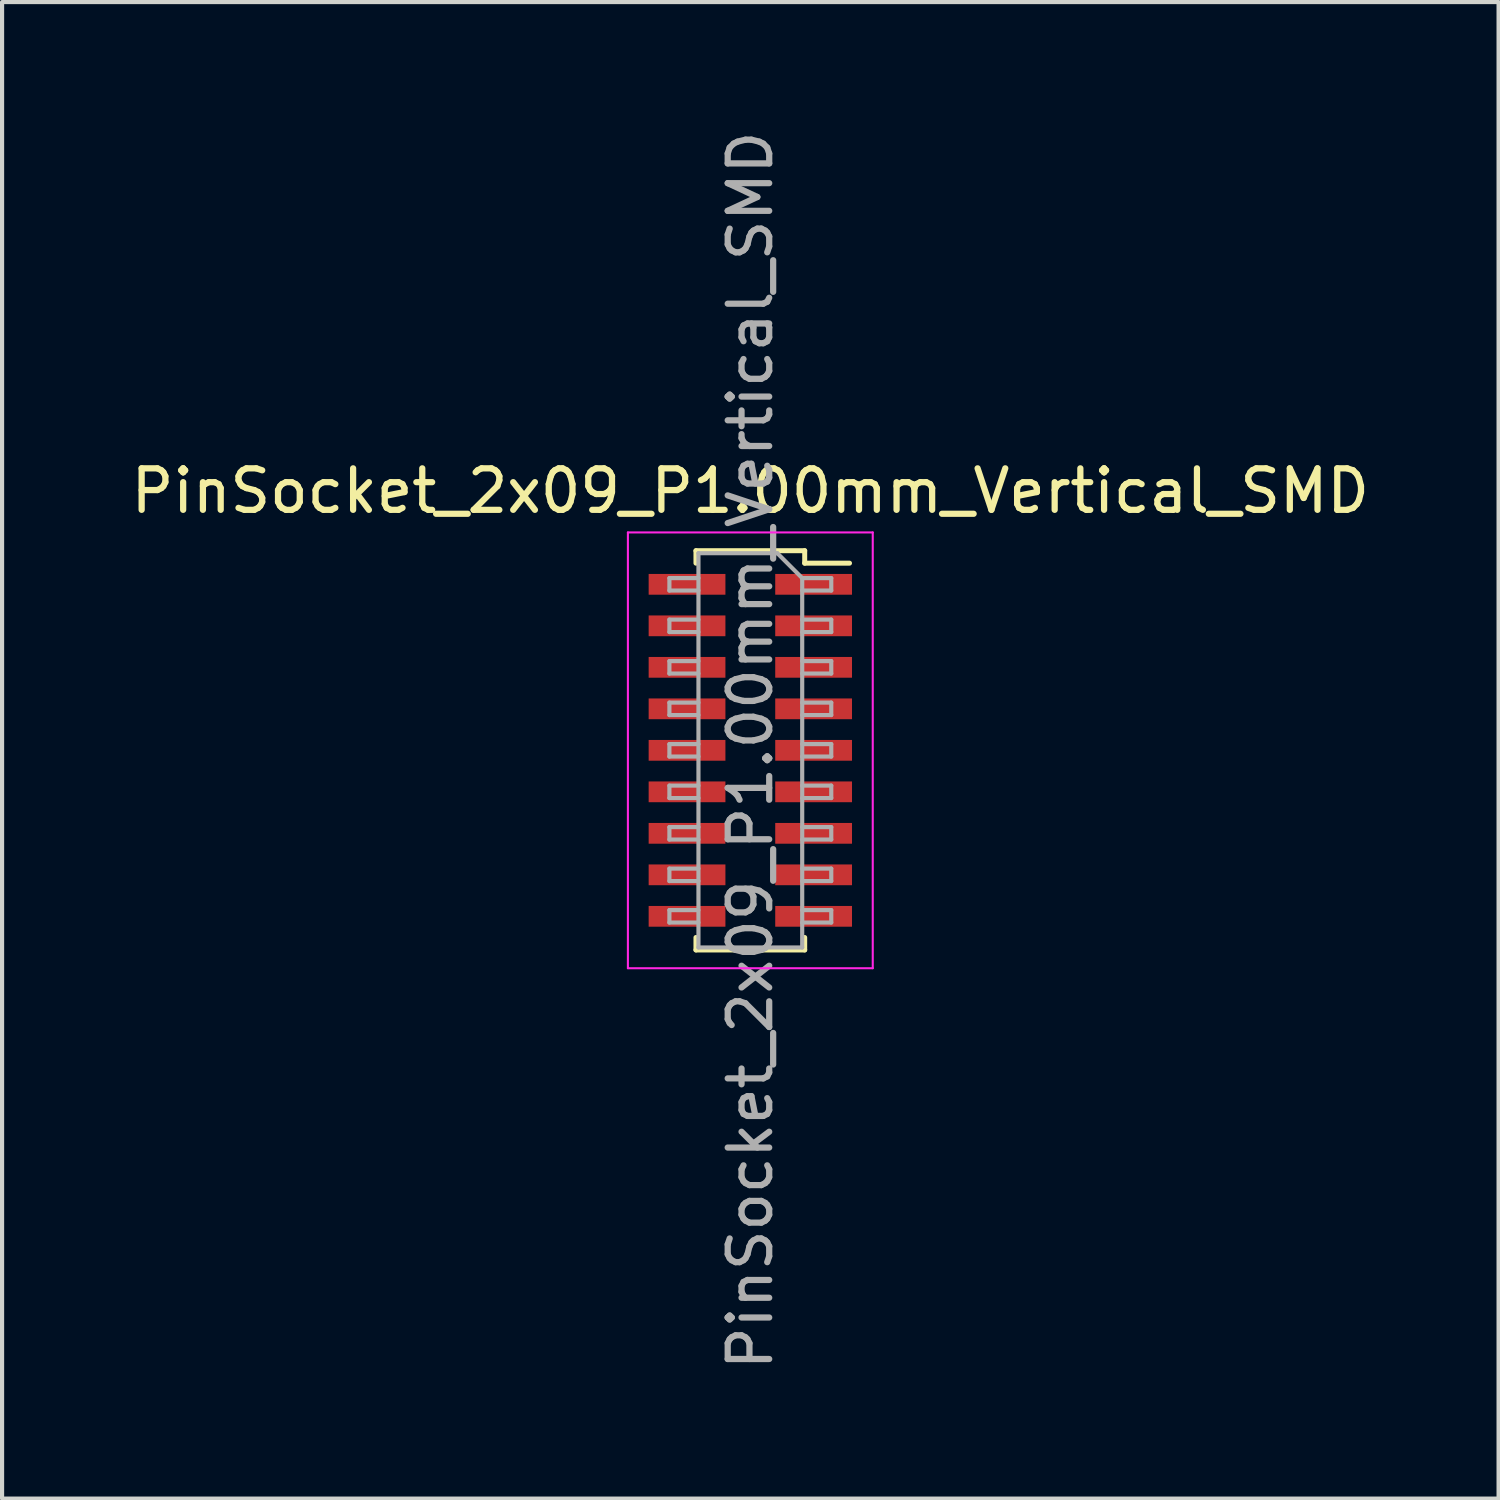
<source format=kicad_pcb>
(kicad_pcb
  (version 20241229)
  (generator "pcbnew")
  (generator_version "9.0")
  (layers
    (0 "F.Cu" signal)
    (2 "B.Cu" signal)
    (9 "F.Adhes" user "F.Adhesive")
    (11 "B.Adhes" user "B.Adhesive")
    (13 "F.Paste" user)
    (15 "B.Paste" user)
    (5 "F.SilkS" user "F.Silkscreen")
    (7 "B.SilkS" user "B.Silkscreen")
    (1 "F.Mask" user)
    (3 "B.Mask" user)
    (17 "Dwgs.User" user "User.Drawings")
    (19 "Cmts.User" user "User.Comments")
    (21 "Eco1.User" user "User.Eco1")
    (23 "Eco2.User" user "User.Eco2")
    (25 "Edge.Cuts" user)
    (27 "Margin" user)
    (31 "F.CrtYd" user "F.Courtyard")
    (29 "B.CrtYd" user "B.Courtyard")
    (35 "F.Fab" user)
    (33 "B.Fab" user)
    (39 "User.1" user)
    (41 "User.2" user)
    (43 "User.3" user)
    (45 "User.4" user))
  (footprint "PinSocket_2x09_P1.00mm_Vertical_SMD"
    (layer "F.Cu")
    (at 15.03 15.03)
    (property "Reference" "PinSocket_2x09_P1.00mm_Vertical_SMD" (at 0 -6.25 0) (layer "F.SilkS") (effects (font (size 1 1) (thickness 0.15))))
    (attr smd)
    (fp_line (start -1.31 -4.81) (end -1.31 -4.51) (stroke (width 0.12) (type solid)) (layer "F.SilkS"))
    (fp_line (start -1.31 -4.81) (end 1.31 -4.81) (stroke (width 0.12) (type solid)) (layer "F.SilkS"))
    (fp_line (start -1.31 4.51) (end -1.31 4.81) (stroke (width 0.12) (type solid)) (layer "F.SilkS"))
    (fp_line (start -1.31 4.81) (end 1.31 4.81) (stroke (width 0.12) (type solid)) (layer "F.SilkS"))
    (fp_line (start 1.31 -4.81) (end 1.31 -4.51) (stroke (width 0.12) (type solid)) (layer "F.SilkS"))
    (fp_line (start 1.31 -4.51) (end 2.39 -4.51) (stroke (width 0.12) (type solid)) (layer "F.SilkS"))
    (fp_line (start 1.31 4.51) (end 1.31 4.81) (stroke (width 0.12) (type solid)) (layer "F.SilkS"))
    (fp_line (start -2.95 -5.25) (end 2.95 -5.25) (stroke (width 0.05) (type solid)) (layer "F.CrtYd"))
    (fp_line (start -2.95 5.25) (end -2.95 -5.25) (stroke (width 0.05) (type solid)) (layer "F.CrtYd"))
    (fp_line (start 2.95 -5.25) (end 2.95 5.25) (stroke (width 0.05) (type solid)) (layer "F.CrtYd"))
    (fp_line (start 2.95 5.25) (end -2.95 5.25) (stroke (width 0.05) (type solid)) (layer "F.CrtYd"))
    (fp_line (start -1.95 -4.15) (end -1.25 -4.15) (stroke (width 0.1) (type solid)) (layer "F.Fab"))
    (fp_line (start -1.95 -3.85) (end -1.95 -4.15) (stroke (width 0.1) (type solid)) (layer "F.Fab"))
    (fp_line (start -1.95 -3.15) (end -1.25 -3.15) (stroke (width 0.1) (type solid)) (layer "F.Fab"))
    (fp_line (start -1.95 -2.85) (end -1.95 -3.15) (stroke (width 0.1) (type solid)) (layer "F.Fab"))
    (fp_line (start -1.95 -2.15) (end -1.25 -2.15) (stroke (width 0.1) (type solid)) (layer "F.Fab"))
    (fp_line (start -1.95 -1.85) (end -1.95 -2.15) (stroke (width 0.1) (type solid)) (layer "F.Fab"))
    (fp_line (start -1.95 -1.15) (end -1.25 -1.15) (stroke (width 0.1) (type solid)) (layer "F.Fab"))
    (fp_line (start -1.95 -0.85) (end -1.95 -1.15) (stroke (width 0.1) (type solid)) (layer "F.Fab"))
    (fp_line (start -1.95 -0.15) (end -1.25 -0.15) (stroke (width 0.1) (type solid)) (layer "F.Fab"))
    (fp_line (start -1.95 0.15) (end -1.95 -0.15) (stroke (width 0.1) (type solid)) (layer "F.Fab"))
    (fp_line (start -1.95 0.85) (end -1.25 0.85) (stroke (width 0.1) (type solid)) (layer "F.Fab"))
    (fp_line (start -1.95 1.15) (end -1.95 0.85) (stroke (width 0.1) (type solid)) (layer "F.Fab"))
    (fp_line (start -1.95 1.85) (end -1.25 1.85) (stroke (width 0.1) (type solid)) (layer "F.Fab"))
    (fp_line (start -1.95 2.15) (end -1.95 1.85) (stroke (width 0.1) (type solid)) (layer "F.Fab"))
    (fp_line (start -1.95 2.85) (end -1.25 2.85) (stroke (width 0.1) (type solid)) (layer "F.Fab"))
    (fp_line (start -1.95 3.15) (end -1.95 2.85) (stroke (width 0.1) (type solid)) (layer "F.Fab"))
    (fp_line (start -1.95 3.85) (end -1.25 3.85) (stroke (width 0.1) (type solid)) (layer "F.Fab"))
    (fp_line (start -1.95 4.15) (end -1.95 3.85) (stroke (width 0.1) (type solid)) (layer "F.Fab"))
    (fp_line (start -1.25 -4.75) (end 0.65 -4.75) (stroke (width 0.1) (type solid)) (layer "F.Fab"))
    (fp_line (start -1.25 -3.85) (end -1.95 -3.85) (stroke (width 0.1) (type solid)) (layer "F.Fab"))
    (fp_line (start -1.25 -2.85) (end -1.95 -2.85) (stroke (width 0.1) (type solid)) (layer "F.Fab"))
    (fp_line (start -1.25 -1.85) (end -1.95 -1.85) (stroke (width 0.1) (type solid)) (layer "F.Fab"))
    (fp_line (start -1.25 -0.85) (end -1.95 -0.85) (stroke (width 0.1) (type solid)) (layer "F.Fab"))
    (fp_line (start -1.25 0.15) (end -1.95 0.15) (stroke (width 0.1) (type solid)) (layer "F.Fab"))
    (fp_line (start -1.25 1.15) (end -1.95 1.15) (stroke (width 0.1) (type solid)) (layer "F.Fab"))
    (fp_line (start -1.25 2.15) (end -1.95 2.15) (stroke (width 0.1) (type solid)) (layer "F.Fab"))
    (fp_line (start -1.25 3.15) (end -1.95 3.15) (stroke (width 0.1) (type solid)) (layer "F.Fab"))
    (fp_line (start -1.25 4.15) (end -1.95 4.15) (stroke (width 0.1) (type solid)) (layer "F.Fab"))
    (fp_line (start -1.25 4.75) (end -1.25 -4.75) (stroke (width 0.1) (type solid)) (layer "F.Fab"))
    (fp_line (start 0.65 -4.75) (end 1.25 -4.15) (stroke (width 0.1) (type solid)) (layer "F.Fab"))
    (fp_line (start 1.25 -4.15) (end 1.25 4.75) (stroke (width 0.1) (type solid)) (layer "F.Fab"))
    (fp_line (start 1.25 -4.15) (end 1.95 -4.15) (stroke (width 0.1) (type solid)) (layer "F.Fab"))
    (fp_line (start 1.25 -3.15) (end 1.95 -3.15) (stroke (width 0.1) (type solid)) (layer "F.Fab"))
    (fp_line (start 1.25 -2.15) (end 1.95 -2.15) (stroke (width 0.1) (type solid)) (layer "F.Fab"))
    (fp_line (start 1.25 -1.15) (end 1.95 -1.15) (stroke (width 0.1) (type solid)) (layer "F.Fab"))
    (fp_line (start 1.25 -0.15) (end 1.95 -0.15) (stroke (width 0.1) (type solid)) (layer "F.Fab"))
    (fp_line (start 1.25 0.85) (end 1.95 0.85) (stroke (width 0.1) (type solid)) (layer "F.Fab"))
    (fp_line (start 1.25 1.85) (end 1.95 1.85) (stroke (width 0.1) (type solid)) (layer "F.Fab"))
    (fp_line (start 1.25 2.85) (end 1.95 2.85) (stroke (width 0.1) (type solid)) (layer "F.Fab"))
    (fp_line (start 1.25 3.85) (end 1.95 3.85) (stroke (width 0.1) (type solid)) (layer "F.Fab"))
    (fp_line (start 1.25 4.75) (end -1.25 4.75) (stroke (width 0.1) (type solid)) (layer "F.Fab"))
    (fp_line (start 1.95 -4.15) (end 1.95 -3.85) (stroke (width 0.1) (type solid)) (layer "F.Fab"))
    (fp_line (start 1.95 -3.85) (end 1.25 -3.85) (stroke (width 0.1) (type solid)) (layer "F.Fab"))
    (fp_line (start 1.95 -3.15) (end 1.95 -2.85) (stroke (width 0.1) (type solid)) (layer "F.Fab"))
    (fp_line (start 1.95 -2.85) (end 1.25 -2.85) (stroke (width 0.1) (type solid)) (layer "F.Fab"))
    (fp_line (start 1.95 -2.15) (end 1.95 -1.85) (stroke (width 0.1) (type solid)) (layer "F.Fab"))
    (fp_line (start 1.95 -1.85) (end 1.25 -1.85) (stroke (width 0.1) (type solid)) (layer "F.Fab"))
    (fp_line (start 1.95 -1.15) (end 1.95 -0.85) (stroke (width 0.1) (type solid)) (layer "F.Fab"))
    (fp_line (start 1.95 -0.85) (end 1.25 -0.85) (stroke (width 0.1) (type solid)) (layer "F.Fab"))
    (fp_line (start 1.95 -0.15) (end 1.95 0.15) (stroke (width 0.1) (type solid)) (layer "F.Fab"))
    (fp_line (start 1.95 0.15) (end 1.25 0.15) (stroke (width 0.1) (type solid)) (layer "F.Fab"))
    (fp_line (start 1.95 0.85) (end 1.95 1.15) (stroke (width 0.1) (type solid)) (layer "F.Fab"))
    (fp_line (start 1.95 1.15) (end 1.25 1.15) (stroke (width 0.1) (type solid)) (layer "F.Fab"))
    (fp_line (start 1.95 1.85) (end 1.95 2.15) (stroke (width 0.1) (type solid)) (layer "F.Fab"))
    (fp_line (start 1.95 2.15) (end 1.25 2.15) (stroke (width 0.1) (type solid)) (layer "F.Fab"))
    (fp_line (start 1.95 2.85) (end 1.95 3.15) (stroke (width 0.1) (type solid)) (layer "F.Fab"))
    (fp_line (start 1.95 3.15) (end 1.25 3.15) (stroke (width 0.1) (type solid)) (layer "F.Fab"))
    (fp_line (start 1.95 3.85) (end 1.95 4.15) (stroke (width 0.1) (type solid)) (layer "F.Fab"))
    (fp_line (start 1.95 4.15) (end 1.25 4.15) (stroke (width 0.1) (type solid)) (layer "F.Fab"))
    (fp_text user "${REFERENCE}" (at 0 0 90) (layer "F.Fab") (effects (font (size 1 1) (thickness 0.15))))
    (pad "1" smd rect (at 1.525 -4) (size 1.85 0.5) (layers "F.Cu" "F.Mask" "F.Paste"))
    (pad "2" smd rect (at -1.525 -4) (size 1.85 0.5) (layers "F.Cu" "F.Mask" "F.Paste"))
    (pad "3" smd rect (at 1.525 -3) (size 1.85 0.5) (layers "F.Cu" "F.Mask" "F.Paste"))
    (pad "4" smd rect (at -1.525 -3) (size 1.85 0.5) (layers "F.Cu" "F.Mask" "F.Paste"))
    (pad "5" smd rect (at 1.525 -2) (size 1.85 0.5) (layers "F.Cu" "F.Mask" "F.Paste"))
    (pad "6" smd rect (at -1.525 -2) (size 1.85 0.5) (layers "F.Cu" "F.Mask" "F.Paste"))
    (pad "7" smd rect (at 1.525 -1) (size 1.85 0.5) (layers "F.Cu" "F.Mask" "F.Paste"))
    (pad "8" smd rect (at -1.525 -1) (size 1.85 0.5) (layers "F.Cu" "F.Mask" "F.Paste"))
    (pad "9" smd rect (at 1.525 0) (size 1.85 0.5) (layers "F.Cu" "F.Mask" "F.Paste"))
    (pad "10" smd rect (at -1.525 0) (size 1.85 0.5) (layers "F.Cu" "F.Mask" "F.Paste"))
    (pad "11" smd rect (at 1.525 1) (size 1.85 0.5) (layers "F.Cu" "F.Mask" "F.Paste"))
    (pad "12" smd rect (at -1.525 1) (size 1.85 0.5) (layers "F.Cu" "F.Mask" "F.Paste"))
    (pad "13" smd rect (at 1.525 2) (size 1.85 0.5) (layers "F.Cu" "F.Mask" "F.Paste"))
    (pad "14" smd rect (at -1.525 2) (size 1.85 0.5) (layers "F.Cu" "F.Mask" "F.Paste"))
    (pad "15" smd rect (at 1.525 3) (size 1.85 0.5) (layers "F.Cu" "F.Mask" "F.Paste"))
    (pad "16" smd rect (at -1.525 3) (size 1.85 0.5) (layers "F.Cu" "F.Mask" "F.Paste"))
    (pad "17" smd rect (at 1.525 4) (size 1.85 0.5) (layers "F.Cu" "F.Mask" "F.Paste"))
    (pad "18" smd rect (at -1.525 4) (size 1.85 0.5) (layers "F.Cu" "F.Mask" "F.Paste")))
  (gr_rect
    (start -3 -3)
    (end 33.06 33.06)
    (stroke (width 0.1) (type default))
    (fill no)
    (layer "Edge.Cuts")))
</source>
